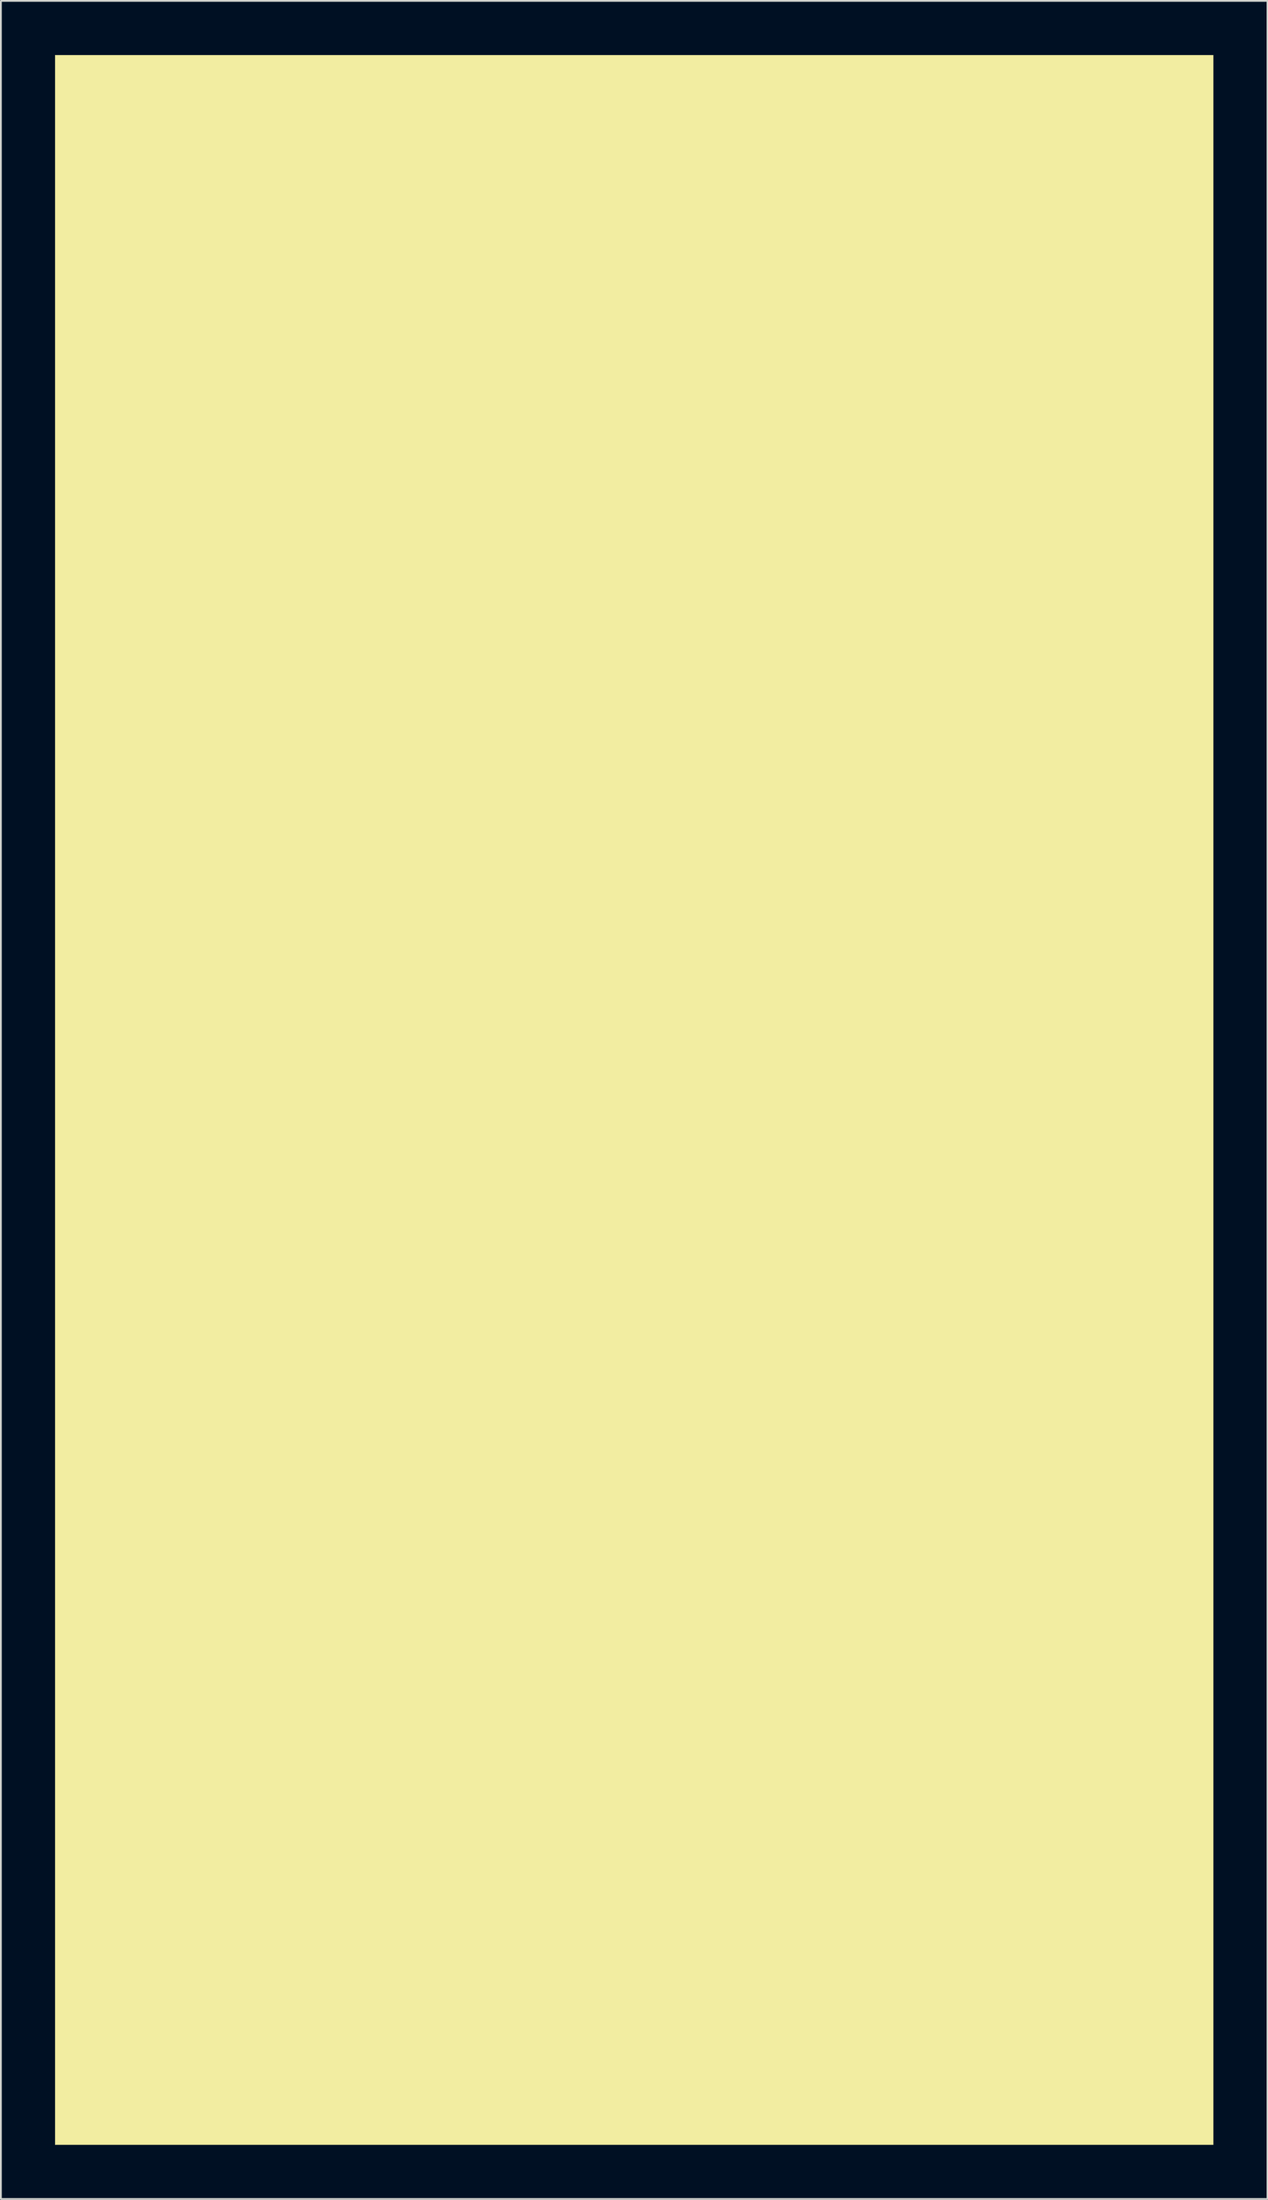
<source format=kicad_pcb>
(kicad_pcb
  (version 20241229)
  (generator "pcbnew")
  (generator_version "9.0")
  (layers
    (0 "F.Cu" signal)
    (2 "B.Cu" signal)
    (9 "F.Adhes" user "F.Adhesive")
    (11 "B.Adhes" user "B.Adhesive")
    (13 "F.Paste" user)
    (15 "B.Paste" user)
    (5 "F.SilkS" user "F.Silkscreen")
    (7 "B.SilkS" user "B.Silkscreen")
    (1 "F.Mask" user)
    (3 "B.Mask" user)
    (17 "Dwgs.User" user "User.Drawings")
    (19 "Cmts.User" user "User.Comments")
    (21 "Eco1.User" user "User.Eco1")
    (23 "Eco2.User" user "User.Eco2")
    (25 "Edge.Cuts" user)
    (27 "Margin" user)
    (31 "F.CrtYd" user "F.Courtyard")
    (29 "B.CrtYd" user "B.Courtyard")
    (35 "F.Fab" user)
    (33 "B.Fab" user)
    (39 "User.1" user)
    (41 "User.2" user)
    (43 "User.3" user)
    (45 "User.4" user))
  (footprint "catprint_front_silk"
    (layer "F.Cu")
    (at 32.089 57.757)
    (property "Reference" "catprint_front_silk" (at 0 0 0) (layer "F.SilkS") (effects (font (size 1.524 1.524) (thickness 0.3))))
    (attr through_hole)
    (fp_poly (pts (xy 32.084 58.019) (xy -32.084 58.019) (xy -32.084 -57.752) (xy 32.084 -57.752) (xy 32.084 58.019)) (stroke (width 0.01) (type solid)) (fill yes) (layer "F.SilkS")))
  (gr_rect
    (start -3 -3)
    (end 67.178 118.781)
    (stroke (width 0.1) (type default))
    (fill no)
    (layer "Edge.Cuts")))
</source>
